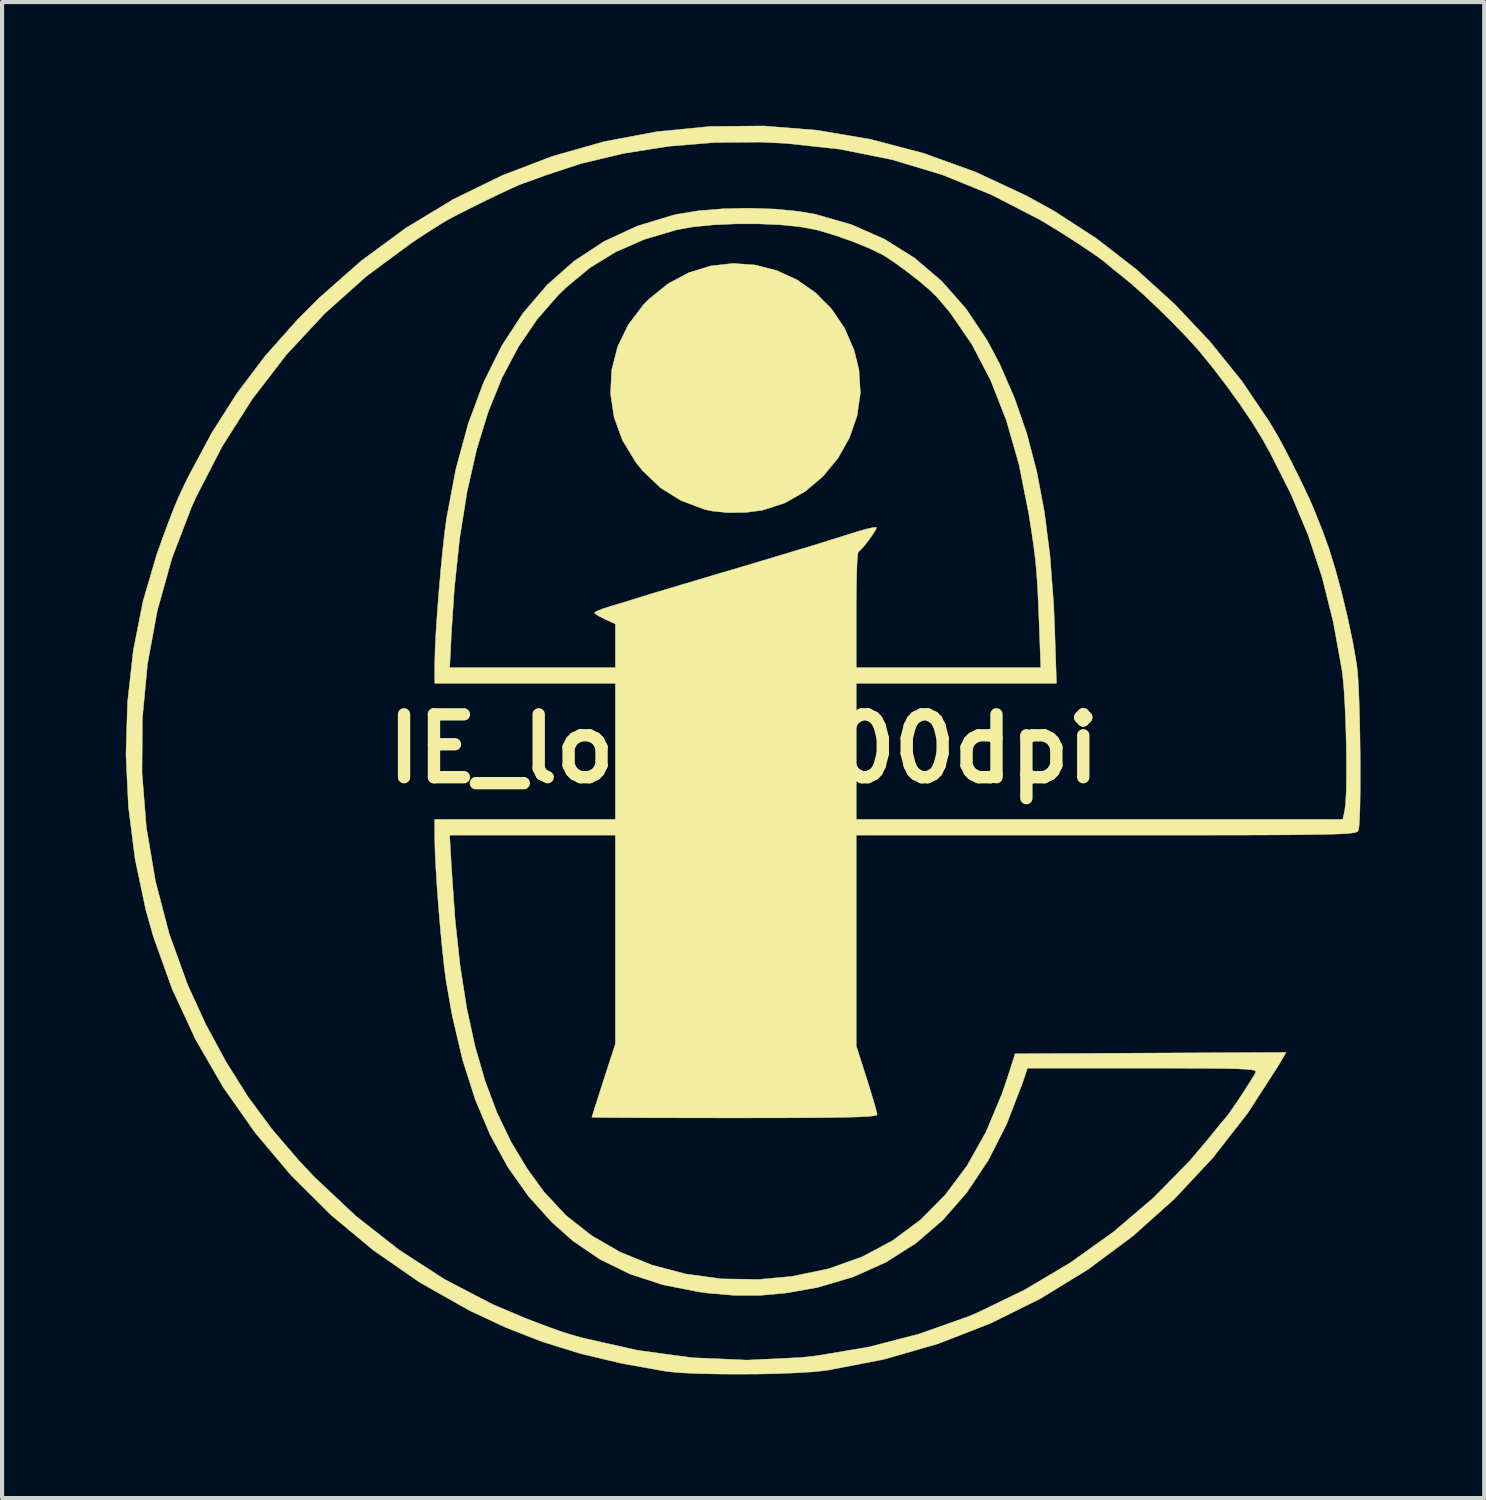
<source format=kicad_pcb>
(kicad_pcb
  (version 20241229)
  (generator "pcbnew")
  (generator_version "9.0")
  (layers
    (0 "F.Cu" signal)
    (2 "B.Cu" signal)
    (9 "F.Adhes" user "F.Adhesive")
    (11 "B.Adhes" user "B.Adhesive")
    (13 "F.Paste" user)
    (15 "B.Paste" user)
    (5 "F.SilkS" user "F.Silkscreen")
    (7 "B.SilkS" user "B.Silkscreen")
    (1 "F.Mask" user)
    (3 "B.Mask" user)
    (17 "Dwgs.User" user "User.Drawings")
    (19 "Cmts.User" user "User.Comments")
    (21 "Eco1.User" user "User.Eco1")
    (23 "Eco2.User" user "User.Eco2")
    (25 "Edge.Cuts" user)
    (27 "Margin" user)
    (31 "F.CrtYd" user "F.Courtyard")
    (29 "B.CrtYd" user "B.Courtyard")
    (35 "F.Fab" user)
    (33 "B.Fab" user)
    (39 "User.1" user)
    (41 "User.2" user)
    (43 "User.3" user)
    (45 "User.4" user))
  (footprint "IE_logo_400dpi"
    (layer "F.Cu")
    (at 14.987 15.111)
    (property "Reference" "IE_logo_400dpi" (at 0 0 0) (layer "F.SilkS") (effects (font (size 1.524 1.524) (thickness 0.3))))
    (attr through_hole)
    (fp_poly (pts (xy 0.283 -11.733) (xy 0.803 -11.599) (xy 1.293 -11.375) (xy 1.739 -11.064) (xy 2.128 -10.673) (xy 2.447 -10.204) (xy 2.681 -9.663) (xy 2.796 -9.194) (xy 2.831 -8.631) (xy 2.751 -8.074) (xy 2.566 -7.541) (xy 2.287 -7.047) (xy 1.926 -6.609) (xy 1.493 -6.242) (xy 1 -5.962) (xy 0.458 -5.786) (xy 0.457 -5.786) (xy 0.059 -5.733) (xy -0.369 -5.726) (xy -0.768 -5.766) (xy -0.953 -5.807) (xy -1.526 -6.023) (xy -2.019 -6.331) (xy -2.449 -6.743) (xy -2.621 -6.957) (xy -2.941 -7.485) (xy -3.144 -8.044) (xy -3.229 -8.617) (xy -3.2 -9.191) (xy -3.056 -9.751) (xy -2.799 -10.283) (xy -2.43 -10.771) (xy -2.313 -10.892) (xy -1.839 -11.276) (xy -1.33 -11.548) (xy -0.797 -11.712) (xy -0.255 -11.772) (xy 0.283 -11.733)) (stroke (width 0.01) (type solid)) (fill yes) (layer "F.SilkS"))
    (fp_poly (pts (xy 1.786 -15.002) (xy 3.083 -14.781) (xy 4.367 -14.443) (xy 5.631 -13.986) (xy 6.867 -13.409) (xy 7.532 -13.041) (xy 8.546 -12.385) (xy 9.526 -11.626) (xy 10.453 -10.784) (xy 11.312 -9.875) (xy 12.085 -8.917) (xy 12.754 -7.926) (xy 12.968 -7.563) (xy 13.11 -7.3) (xy 13.277 -6.977) (xy 13.451 -6.629) (xy 13.615 -6.289) (xy 13.752 -5.994) (xy 13.844 -5.779) (xy 13.932 -5.557) (xy 14.01 -5.361) (xy 14.046 -5.271) (xy 14.196 -4.858) (xy 14.352 -4.352) (xy 14.505 -3.784) (xy 14.648 -3.188) (xy 14.773 -2.595) (xy 14.87 -2.039) (xy 14.871 -2.032) (xy 14.892 -1.835) (xy 14.911 -1.547) (xy 14.926 -1.187) (xy 14.939 -0.776) (xy 14.948 -0.333) (xy 14.954 0.121) (xy 14.956 0.568) (xy 14.955 0.987) (xy 14.95 1.357) (xy 14.94 1.661) (xy 14.927 1.876) (xy 14.909 1.984) (xy 14.896 2.003) (xy 14.868 2.019) (xy 14.818 2.034) (xy 14.738 2.046) (xy 14.62 2.057) (xy 14.458 2.066) (xy 14.243 2.073) (xy 13.969 2.079) (xy 13.627 2.084) (xy 13.21 2.088) (xy 12.71 2.091) (xy 12.121 2.093) (xy 11.434 2.094) (xy 10.642 2.095) (xy 9.738 2.095) (xy 8.797 2.095) (xy 2.731 2.095) (xy 2.731 7.207) (xy 2.985 8.001) (xy 3.079 8.304) (xy 3.158 8.566) (xy 3.213 8.762) (xy 3.238 8.867) (xy 3.238 8.874) (xy 3.213 8.892) (xy 3.134 8.907) (xy 2.991 8.92) (xy 2.776 8.93) (xy 2.481 8.938) (xy 2.098 8.945) (xy 1.619 8.949) (xy 1.035 8.952) (xy 0.339 8.953) (xy -0.222 8.954) (xy -0.872 8.953) (xy -1.482 8.952) (xy -2.04 8.951) (xy -2.536 8.949) (xy -2.958 8.947) (xy -3.294 8.945) (xy -3.532 8.942) (xy -3.662 8.939) (xy -3.682 8.938) (xy -3.664 8.875) (xy -3.613 8.713) (xy -3.536 8.474) (xy -3.442 8.179) (xy -3.397 8.039) (xy -3.111 7.157) (xy -3.111 2.095) (xy -7.131 2.095) (xy -7.086 2.905) (xy -6.999 4.142) (xy -6.877 5.266) (xy -6.717 6.286) (xy -6.516 7.213) (xy -6.272 8.057) (xy -5.982 8.827) (xy -5.642 9.534) (xy -5.251 10.186) (xy -4.844 10.746) (xy -4.31 11.319) (xy -3.689 11.808) (xy -2.99 12.211) (xy -2.226 12.522) (xy -1.406 12.738) (xy -0.542 12.857) (xy 0.355 12.872) (xy 1.175 12.797) (xy 2.059 12.613) (xy 2.873 12.323) (xy 3.616 11.927) (xy 4.289 11.427) (xy 4.89 10.821) (xy 5.419 10.111) (xy 5.877 9.297) (xy 6.262 8.378) (xy 6.377 8.042) (xy 6.585 7.398) (xy 9.871 7.381) (xy 13.157 7.365) (xy 12.981 7.667) (xy 12.227 8.836) (xy 11.381 9.92) (xy 10.449 10.917) (xy 9.438 11.821) (xy 8.353 12.628) (xy 7.2 13.335) (xy 5.987 13.937) (xy 4.719 14.43) (xy 3.402 14.81) (xy 2.042 15.072) (xy 1.973 15.082) (xy 1.678 15.113) (xy 1.289 15.137) (xy 0.834 15.155) (xy 0.339 15.166) (xy -0.17 15.169) (xy -0.666 15.165) (xy -1.122 15.155) (xy -1.512 15.136) (xy -1.81 15.11) (xy -1.873 15.102) (xy -2.956 14.909) (xy -3.945 14.674) (xy -4.872 14.387) (xy -5.765 14.039) (xy -6.656 13.622) (xy -6.668 13.616) (xy -7.857 12.942) (xy -8.975 12.168) (xy -10.016 11.302) (xy -10.975 10.349) (xy -11.844 9.318) (xy -12.619 8.217) (xy -13.293 7.051) (xy -13.861 5.829) (xy -14.317 4.558) (xy -14.502 3.902) (xy -14.762 2.669) (xy -14.922 1.406) (xy -14.961 0.586) (xy -14.593 0.586) (xy -14.487 1.906) (xy -14.267 3.21) (xy -13.933 4.488) (xy -13.485 5.728) (xy -13.044 6.689) (xy -12.542 7.615) (xy -12.016 8.449) (xy -11.439 9.229) (xy -10.785 9.991) (xy -10.392 10.407) (xy -9.404 11.335) (xy -8.353 12.159) (xy -7.244 12.875) (xy -6.084 13.478) (xy -5.302 13.809) (xy -4.949 13.944) (xy -4.684 14.044) (xy -4.476 14.118) (xy -4.297 14.177) (xy -4.115 14.231) (xy -3.901 14.291) (xy -3.888 14.294) (xy -2.571 14.591) (xy -1.243 14.77) (xy 0.081 14.828) (xy 1.389 14.765) (xy 1.778 14.722) (xy 3.029 14.511) (xy 4.254 14.194) (xy 5.423 13.781) (xy 5.652 13.686) (xy 6.812 13.126) (xy 7.925 12.465) (xy 8.975 11.714) (xy 9.948 10.884) (xy 10.827 9.987) (xy 11.277 9.455) (xy 11.443 9.248) (xy 11.58 9.08) (xy 11.668 8.976) (xy 11.689 8.954) (xy 11.746 8.882) (xy 11.852 8.732) (xy 11.987 8.534) (xy 12.13 8.317) (xy 12.263 8.11) (xy 12.367 7.944) (xy 12.421 7.847) (xy 12.423 7.842) (xy 12.42 7.819) (xy 12.384 7.8) (xy 12.306 7.785) (xy 12.174 7.773) (xy 11.978 7.763) (xy 11.707 7.756) (xy 11.351 7.752) (xy 10.9 7.749) (xy 10.343 7.747) (xy 9.672 7.747) (xy 6.884 7.747) (xy 6.762 8.112) (xy 6.38 9.102) (xy 5.933 9.984) (xy 5.417 10.758) (xy 4.834 11.427) (xy 4.18 11.991) (xy 3.456 12.452) (xy 2.659 12.81) (xy 1.788 13.067) (xy 1.022 13.202) (xy 0.393 13.259) (xy -0.219 13.259) (xy -0.872 13.202) (xy -1.071 13.176) (xy -1.956 13.002) (xy -2.755 12.741) (xy -3.48 12.387) (xy -4.142 11.936) (xy -4.658 11.478) (xy -5.223 10.848) (xy -5.718 10.148) (xy -6.147 9.369) (xy -6.512 8.503) (xy -6.818 7.542) (xy -7.068 6.477) (xy -7.214 5.652) (xy -7.258 5.325) (xy -7.304 4.906) (xy -7.351 4.426) (xy -7.394 3.917) (xy -7.433 3.409) (xy -7.463 2.933) (xy -7.484 2.522) (xy -7.492 2.207) (xy -7.493 1.714) (xy -3.111 1.714) (xy -3.111 -1.587) (xy -7.493 -1.587) (xy -7.492 -1.968) (xy -7.13 -1.968) (xy -3.111 -1.968) (xy -3.111 -3.029) (xy -3.365 -3.143) (xy -3.52 -3.221) (xy -3.61 -3.284) (xy -3.619 -3.3) (xy -3.564 -3.337) (xy -3.417 -3.395) (xy -3.223 -3.458) (xy -2.965 -3.534) (xy -2.715 -3.611) (xy -2.572 -3.656) (xy -2.447 -3.695) (xy -2.219 -3.765) (xy -1.903 -3.859) (xy -1.52 -3.974) (xy -1.085 -4.104) (xy -0.616 -4.244) (xy -0.476 -4.285) (xy 0.013 -4.43) (xy 0.486 -4.571) (xy 0.923 -4.702) (xy 1.303 -4.817) (xy 1.607 -4.908) (xy 1.813 -4.972) (xy 1.841 -4.98) (xy 2.152 -5.077) (xy 2.49 -5.183) (xy 2.755 -5.266) (xy 2.972 -5.328) (xy 3.138 -5.366) (xy 3.22 -5.372) (xy 3.223 -5.371) (xy 3.203 -5.311) (xy 3.127 -5.189) (xy 3.019 -5.04) (xy 2.906 -4.898) (xy 2.812 -4.798) (xy 2.779 -4.773) (xy 2.765 -4.706) (xy 2.752 -4.531) (xy 2.742 -4.266) (xy 2.735 -3.929) (xy 2.731 -3.539) (xy 2.731 -3.36) (xy 2.731 -1.968) (xy 4.969 -1.968) (xy 7.207 -1.968) (xy 7.165 -3.096) (xy 7.145 -3.579) (xy 7.126 -3.97) (xy 7.103 -4.302) (xy 7.073 -4.609) (xy 7.034 -4.925) (xy 6.981 -5.285) (xy 6.913 -5.715) (xy 6.679 -6.892) (xy 6.372 -7.965) (xy 5.991 -8.937) (xy 5.537 -9.807) (xy 5.009 -10.577) (xy 4.69 -10.954) (xy 4.512 -11.127) (xy 4.261 -11.34) (xy 3.974 -11.565) (xy 3.687 -11.775) (xy 3.436 -11.942) (xy 3.363 -11.985) (xy 3.046 -12.14) (xy 2.65 -12.302) (xy 2.219 -12.453) (xy 1.798 -12.578) (xy 1.746 -12.591) (xy 1.36 -12.662) (xy 0.884 -12.709) (xy 0.352 -12.732) (xy -0.199 -12.731) (xy -0.736 -12.707) (xy -1.223 -12.659) (xy -1.626 -12.587) (xy -1.633 -12.585) (xy -2.413 -12.353) (xy -3.101 -12.052) (xy -3.724 -11.67) (xy -4.303 -11.192) (xy -4.497 -11.003) (xy -5.009 -10.417) (xy -5.461 -9.754) (xy -5.855 -9.01) (xy -6.193 -8.179) (xy -6.477 -7.255) (xy -6.708 -6.234) (xy -6.888 -5.108) (xy -7.018 -3.875) (xy -7.086 -2.842) (xy -7.13 -1.968) (xy -7.492 -1.968) (xy -7.492 -2.08) (xy -7.484 -2.403) (xy -7.463 -2.822) (xy -7.431 -3.305) (xy -7.391 -3.821) (xy -7.346 -4.34) (xy -7.298 -4.83) (xy -7.25 -5.261) (xy -7.207 -5.582) (xy -6.98 -6.785) (xy -6.68 -7.886) (xy -6.309 -8.883) (xy -5.866 -9.776) (xy -5.351 -10.566) (xy -4.766 -11.251) (xy -4.109 -11.831) (xy -3.382 -12.307) (xy -2.584 -12.677) (xy -1.716 -12.941) (xy -1.61 -12.965) (xy -1.098 -13.048) (xy -0.507 -13.097) (xy 0.122 -13.111) (xy 0.746 -13.091) (xy 1.324 -13.036) (xy 1.73 -12.967) (xy 2.609 -12.715) (xy 3.415 -12.361) (xy 4.146 -11.903) (xy 4.805 -11.341) (xy 5.391 -10.676) (xy 5.906 -9.906) (xy 6.209 -9.335) (xy 6.568 -8.511) (xy 6.867 -7.648) (xy 7.108 -6.73) (xy 7.295 -5.743) (xy 7.431 -4.672) (xy 7.519 -3.504) (xy 7.544 -2.905) (xy 7.588 -1.587) (xy 5.159 -1.587) (xy 2.731 -1.587) (xy 2.731 1.714) (xy 14.531 1.714) (xy 14.577 1.508) (xy 14.6 1.328) (xy 14.615 1.045) (xy 14.622 0.684) (xy 14.622 0.27) (xy 14.615 -0.174) (xy 14.602 -0.624) (xy 14.584 -1.054) (xy 14.56 -1.441) (xy 14.531 -1.76) (xy 14.513 -1.905) (xy 14.301 -3.074) (xy 14.031 -4.157) (xy 13.691 -5.184) (xy 13.271 -6.185) (xy 12.761 -7.193) (xy 12.582 -7.513) (xy 12.347 -7.896) (xy 12.051 -8.336) (xy 11.719 -8.797) (xy 11.377 -9.245) (xy 11.051 -9.644) (xy 11.001 -9.701) (xy 10.728 -10.001) (xy 10.403 -10.336) (xy 10.055 -10.679) (xy 9.712 -11.003) (xy 9.402 -11.279) (xy 9.207 -11.439) (xy 9.029 -11.581) (xy 8.893 -11.691) (xy 8.827 -11.748) (xy 8.826 -11.749) (xy 8.737 -11.825) (xy 8.562 -11.952) (xy 8.324 -12.114) (xy 8.049 -12.296) (xy 7.758 -12.483) (xy 7.475 -12.659) (xy 7.222 -12.81) (xy 7.176 -12.837) (xy 6.007 -13.439) (xy 4.82 -13.921) (xy 3.602 -14.288) (xy 2.342 -14.541) (xy 1.028 -14.684) (xy 0.424 -14.714) (xy -0.698 -14.705) (xy -1.82 -14.613) (xy -2.913 -14.44) (xy -3.951 -14.192) (xy -4.826 -13.903) (xy -5.047 -13.82) (xy -5.244 -13.75) (xy -5.334 -13.72) (xy -5.457 -13.671) (xy -5.666 -13.577) (xy -5.935 -13.451) (xy -6.237 -13.306) (xy -6.545 -13.154) (xy -6.833 -13.009) (xy -7.074 -12.885) (xy -7.207 -12.812) (xy -7.366 -12.716) (xy -7.596 -12.571) (xy -7.862 -12.398) (xy -8.057 -12.268) (xy -9.153 -11.458) (xy -10.164 -10.554) (xy -11.087 -9.562) (xy -11.916 -8.486) (xy -12.65 -7.331) (xy -13.283 -6.102) (xy -13.395 -5.852) (xy -13.866 -4.622) (xy -14.221 -3.353) (xy -14.46 -2.054) (xy -14.584 -0.737) (xy -14.593 0.586) (xy -14.961 0.586) (xy -14.982 0.132) (xy -14.943 -1.135) (xy -14.805 -2.376) (xy -14.569 -3.574) (xy -14.236 -4.71) (xy -14.195 -4.826) (xy -14.044 -5.243) (xy -13.923 -5.568) (xy -13.821 -5.829) (xy -13.727 -6.054) (xy -13.629 -6.27) (xy -13.516 -6.505) (xy -13.471 -6.597) (xy -12.903 -7.657) (xy -12.286 -8.627) (xy -11.599 -9.535) (xy -10.819 -10.41) (xy -10.306 -10.925) (xy -9.276 -11.834) (xy -8.188 -12.634) (xy -7.047 -13.324) (xy -5.862 -13.903) (xy -4.639 -14.371) (xy -3.386 -14.726) (xy -2.109 -14.967) (xy -0.817 -15.094) (xy 0.484 -15.106) (xy 1.786 -15.002)) (stroke (width 0.01) (type solid)) (fill yes) (layer "F.SilkS")))
  (gr_rect
    (start -3 -3)
    (end 32.949 33.285)
    (stroke (width 0.1) (type default))
    (fill no)
    (layer "Edge.Cuts")))
</source>
